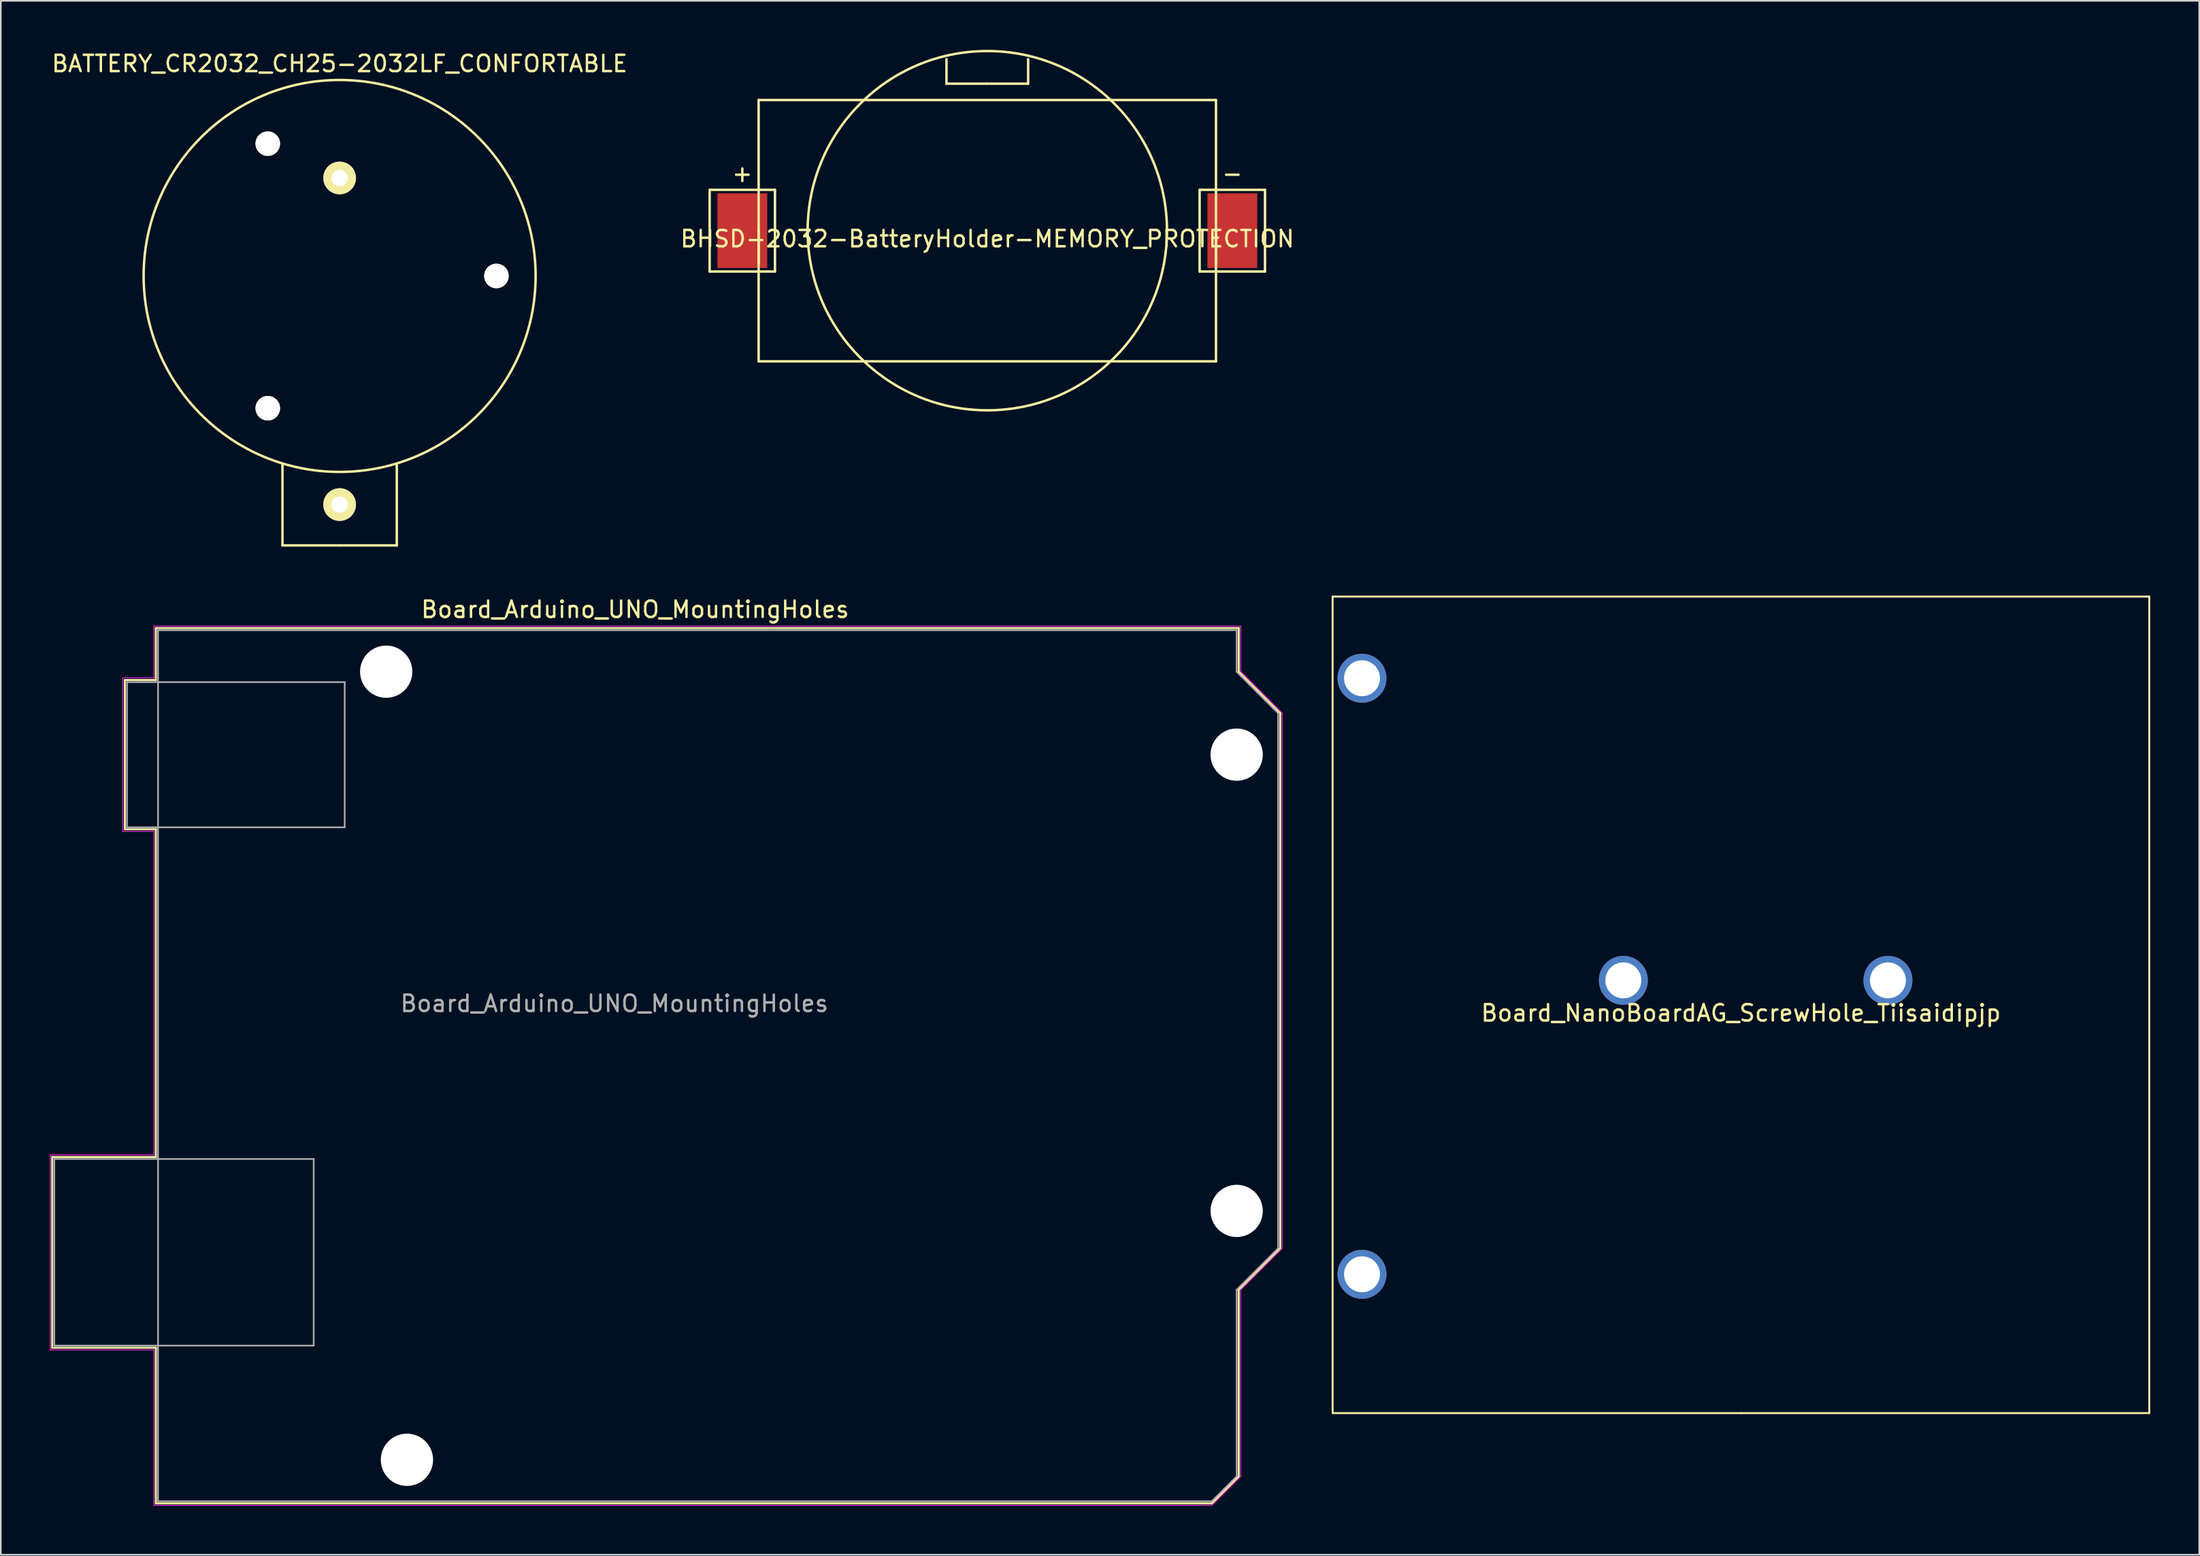
<source format=kicad_pcb>
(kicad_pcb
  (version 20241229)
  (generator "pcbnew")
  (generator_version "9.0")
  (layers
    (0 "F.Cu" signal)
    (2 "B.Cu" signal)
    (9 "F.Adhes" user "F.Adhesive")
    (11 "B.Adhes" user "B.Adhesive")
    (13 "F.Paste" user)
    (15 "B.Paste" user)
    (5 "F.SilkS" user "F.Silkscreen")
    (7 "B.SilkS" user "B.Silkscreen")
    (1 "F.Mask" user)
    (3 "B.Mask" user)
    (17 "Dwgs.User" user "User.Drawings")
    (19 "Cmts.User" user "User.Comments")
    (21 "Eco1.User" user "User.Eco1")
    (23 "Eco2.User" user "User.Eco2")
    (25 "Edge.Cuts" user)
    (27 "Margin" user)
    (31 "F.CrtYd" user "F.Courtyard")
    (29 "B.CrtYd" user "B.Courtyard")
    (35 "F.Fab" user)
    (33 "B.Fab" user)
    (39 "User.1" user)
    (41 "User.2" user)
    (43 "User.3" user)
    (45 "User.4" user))
  (footprint "BHSD-2032-BatteryHolder-MEMORY_PROTECTION"
    (layer "F.Cu")
    (at 57.399 11.075)
    (property "Reference" "BHSD-2032-BatteryHolder-MEMORY_PROTECTION" (at 0 0.5 0) (layer "F.SilkS") (effects (font (size 1 1) (thickness 0.15))))
    (attr through_hole)
    (fp_line (start -17 -2.5) (end -13 -2.5) (stroke (width 0.15) (type solid)) (layer "F.SilkS"))
    (fp_line (start -17 0) (end -17 -2.5) (stroke (width 0.15) (type solid)) (layer "F.SilkS"))
    (fp_line (start -17 2.5) (end -17 0) (stroke (width 0.15) (type solid)) (layer "F.SilkS"))
    (fp_line (start -14 -8) (end 14 -8) (stroke (width 0.15) (type solid)) (layer "F.SilkS"))
    (fp_line (start -14 0) (end -14 2) (stroke (width 0.15) (type solid)) (layer "F.SilkS"))
    (fp_line (start -14 8) (end -14 -8) (stroke (width 0.15) (type solid)) (layer "F.SilkS"))
    (fp_line (start -13 -2.5) (end -13 2.5) (stroke (width 0.15) (type solid)) (layer "F.SilkS"))
    (fp_line (start -13 2.5) (end -17 2.5) (stroke (width 0.15) (type solid)) (layer "F.SilkS"))
    (fp_line (start -2.5 -9) (end -2.5 -10.5) (stroke (width 0.15) (type solid)) (layer "F.SilkS"))
    (fp_line (start 0 -9) (end -2.5 -9) (stroke (width 0.15) (type solid)) (layer "F.SilkS"))
    (fp_line (start 0 -9) (end 2.5 -9) (stroke (width 0.15) (type solid)) (layer "F.SilkS"))
    (fp_line (start 2.5 -9) (end 2.5 -10.5) (stroke (width 0.15) (type solid)) (layer "F.SilkS"))
    (fp_line (start 13 -2.5) (end 17 -2.5) (stroke (width 0.15) (type solid)) (layer "F.SilkS"))
    (fp_line (start 13 2.5) (end 13 -2.5) (stroke (width 0.15) (type solid)) (layer "F.SilkS"))
    (fp_line (start 14 -8) (end 14 8) (stroke (width 0.15) (type solid)) (layer "F.SilkS"))
    (fp_line (start 14 0) (end 14 2) (stroke (width 0.15) (type solid)) (layer "F.SilkS"))
    (fp_line (start 14 8) (end -14 8) (stroke (width 0.15) (type solid)) (layer "F.SilkS"))
    (fp_line (start 17 -2.5) (end 17 0.5) (stroke (width 0.15) (type solid)) (layer "F.SilkS"))
    (fp_line (start 17 0) (end 17 2.5) (stroke (width 0.15) (type solid)) (layer "F.SilkS"))
    (fp_line (start 17 2.5) (end 13 2.5) (stroke (width 0.15) (type solid)) (layer "F.SilkS"))
    (fp_circle (center 0 0) (end 0 -11) (stroke (width 0.15) (type solid)) (fill no) (layer "F.SilkS"))
    (fp_text user "+" (at -15 -3.5 0) (layer "F.SilkS") (effects (font (size 1 1) (thickness 0.15))))
    (fp_text user "-" (at 15 -3.5 0) (layer "F.SilkS") (effects (font (size 1 1) (thickness 0.15))))
    (pad "1" smd rect (at -15 0) (size 3.05 4.57) (layers "F.Cu" "F.Mask" "F.Paste"))
    (pad "2" smd rect (at 15 0) (size 3.05 4.57) (layers "F.Cu" "F.Mask" "F.Paste")))
  (footprint "BATTERY_CR2032_CH25-2032LF_CONFORTABLE"
    (layer "F.Cu")
    (at 17.744 13.848)
    (property "Reference" "BATTERY_CR2032_CH25-2032LF_CONFORTABLE" (at 0 -13 0) (layer "F.SilkS") (effects (font (size 1 1) (thickness 0.15))))
    (attr through_hole)
    (fp_line (start -3.5 16.5) (end -3.5 11.5) (stroke (width 0.15) (type solid)) (layer "F.SilkS"))
    (fp_line (start 0 16.5) (end -3.5 16.5) (stroke (width 0.15) (type solid)) (layer "F.SilkS"))
    (fp_line (start 0 16.5) (end 3.5 16.5) (stroke (width 0.15) (type solid)) (layer "F.SilkS"))
    (fp_line (start 3.5 16.5) (end 3.5 11.5) (stroke (width 0.15) (type solid)) (layer "F.SilkS"))
    (fp_circle (center 0 0) (end 12 0) (stroke (width 0.15) (type solid)) (fill no) (layer "F.SilkS"))
    (pad "" np_thru_hole circle (at -4.4 -8.1) (size 1.5 1.5) (drill 1.5) (layers "*.Cu" "*.Mask" "F.SilkS"))
    (pad "" np_thru_hole circle (at -4.4 8.1) (size 1.5 1.5) (drill 1.5) (layers "*.Cu" "*.Mask" "F.SilkS"))
    (pad "" np_thru_hole circle (at 9.6 0) (size 1.5 1.5) (drill 1.5) (layers "*.Cu" "*.Mask" "F.SilkS"))
    (pad "1" thru_hole circle (at 0 14) (size 2 2) (drill 1) (layers "*.Cu" "*.Mask" "F.SilkS"))
    (pad "2" thru_hole circle (at 0 -6) (size 2 2) (drill 1) (layers "*.Cu" "*.Mask" "F.SilkS")))
  (footprint "Board_Arduino_UNO_MountingHoles"
    (layer "F.Cu")
    (at 34.565 38.081)
    (property "Reference" "Board_Arduino_UNO_MountingHoles" (at 1.27 -3.81 180) (layer "F.SilkS") (effects (font (size 1 1) (thickness 0.15))))
    (attr through_hole)
    (fp_line (start -34.42 29.72) (end -34.42 41.4) (stroke (width 0.12) (type solid)) (layer "F.SilkS"))
    (fp_line (start -34.42 41.4) (end -28.07 41.4) (stroke (width 0.12) (type solid)) (layer "F.SilkS"))
    (fp_line (start -29.97 0.51) (end -29.97 9.65) (stroke (width 0.12) (type solid)) (layer "F.SilkS"))
    (fp_line (start -29.97 9.65) (end -28.07 9.65) (stroke (width 0.12) (type solid)) (layer "F.SilkS"))
    (fp_line (start -28.07 -2.67) (end -28.07 0.51) (stroke (width 0.12) (type solid)) (layer "F.SilkS"))
    (fp_line (start -28.07 0.51) (end -29.97 0.51) (stroke (width 0.12) (type solid)) (layer "F.SilkS"))
    (fp_line (start -28.07 9.65) (end -28.07 29.72) (stroke (width 0.12) (type solid)) (layer "F.SilkS"))
    (fp_line (start -28.07 29.72) (end -34.42 29.72) (stroke (width 0.12) (type solid)) (layer "F.SilkS"))
    (fp_line (start -28.07 41.4) (end -28.07 50.93) (stroke (width 0.12) (type solid)) (layer "F.SilkS"))
    (fp_line (start -28.07 50.93) (end 36.58 50.93) (stroke (width 0.12) (type solid)) (layer "F.SilkS"))
    (fp_line (start 36.58 50.93) (end 38.23 49.28) (stroke (width 0.12) (type solid)) (layer "F.SilkS"))
    (fp_line (start 38.23 -2.67) (end -28.07 -2.67) (stroke (width 0.12) (type solid)) (layer "F.SilkS"))
    (fp_line (start 38.23 0) (end 38.23 -2.67) (stroke (width 0.12) (type solid)) (layer "F.SilkS"))
    (fp_line (start 38.23 37.85) (end 40.77 35.31) (stroke (width 0.12) (type solid)) (layer "F.SilkS"))
    (fp_line (start 38.23 49.28) (end 38.23 37.85) (stroke (width 0.12) (type solid)) (layer "F.SilkS"))
    (fp_line (start 40.77 2.54) (end 38.23 0) (stroke (width 0.12) (type solid)) (layer "F.SilkS"))
    (fp_line (start 40.77 35.31) (end 40.77 2.54) (stroke (width 0.12) (type solid)) (layer "F.SilkS"))
    (fp_line (start -34.54 29.59) (end -28.19 29.59) (stroke (width 0.05) (type solid)) (layer "F.CrtYd"))
    (fp_line (start -34.54 41.53) (end -34.54 29.59) (stroke (width 0.05) (type solid)) (layer "F.CrtYd"))
    (fp_line (start -30.1 0.38) (end -28.19 0.38) (stroke (width 0.05) (type solid)) (layer "F.CrtYd"))
    (fp_line (start -30.1 9.78) (end -30.1 0.38) (stroke (width 0.05) (type solid)) (layer "F.CrtYd"))
    (fp_line (start -28.19 -2.79) (end 38.35 -2.79) (stroke (width 0.05) (type solid)) (layer "F.CrtYd"))
    (fp_line (start -28.19 0.38) (end -28.19 -2.79) (stroke (width 0.05) (type solid)) (layer "F.CrtYd"))
    (fp_line (start -28.19 9.78) (end -30.1 9.78) (stroke (width 0.05) (type solid)) (layer "F.CrtYd"))
    (fp_line (start -28.19 29.59) (end -28.19 9.78) (stroke (width 0.05) (type solid)) (layer "F.CrtYd"))
    (fp_line (start -28.19 41.53) (end -34.54 41.53) (stroke (width 0.05) (type solid)) (layer "F.CrtYd"))
    (fp_line (start -28.19 51.05) (end -28.19 41.53) (stroke (width 0.05) (type solid)) (layer "F.CrtYd"))
    (fp_line (start 36.58 51.05) (end -28.19 51.05) (stroke (width 0.05) (type solid)) (layer "F.CrtYd"))
    (fp_line (start 38.35 -2.79) (end 38.35 0) (stroke (width 0.05) (type solid)) (layer "F.CrtYd"))
    (fp_line (start 38.35 0) (end 40.89 2.54) (stroke (width 0.05) (type solid)) (layer "F.CrtYd"))
    (fp_line (start 38.35 37.85) (end 38.35 49.28) (stroke (width 0.05) (type solid)) (layer "F.CrtYd"))
    (fp_line (start 38.35 49.28) (end 36.58 51.05) (stroke (width 0.05) (type solid)) (layer "F.CrtYd"))
    (fp_line (start 40.89 2.54) (end 40.89 35.31) (stroke (width 0.05) (type solid)) (layer "F.CrtYd"))
    (fp_line (start 40.89 35.31) (end 38.35 37.85) (stroke (width 0.05) (type solid)) (layer "F.CrtYd"))
    (fp_line (start -34.29 29.84) (end -18.41 29.84) (stroke (width 0.1) (type solid)) (layer "F.Fab"))
    (fp_line (start -34.29 41.27) (end -34.29 29.84) (stroke (width 0.1) (type solid)) (layer "F.Fab"))
    (fp_line (start -29.84 0.64) (end -16.51 0.64) (stroke (width 0.1) (type solid)) (layer "F.Fab"))
    (fp_line (start -29.84 9.53) (end -29.84 0.64) (stroke (width 0.1) (type solid)) (layer "F.Fab"))
    (fp_line (start -27.94 -2.54) (end 38.1 -2.54) (stroke (width 0.1) (type solid)) (layer "F.Fab"))
    (fp_line (start -27.94 50.8) (end -27.94 -2.54) (stroke (width 0.1) (type solid)) (layer "F.Fab"))
    (fp_line (start -18.41 29.84) (end -18.41 41.27) (stroke (width 0.1) (type solid)) (layer "F.Fab"))
    (fp_line (start -18.41 41.27) (end -34.29 41.27) (stroke (width 0.1) (type solid)) (layer "F.Fab"))
    (fp_line (start -16.51 0.64) (end -16.51 9.53) (stroke (width 0.1) (type solid)) (layer "F.Fab"))
    (fp_line (start -16.51 9.53) (end -29.84 9.53) (stroke (width 0.1) (type solid)) (layer "F.Fab"))
    (fp_line (start 36.58 50.8) (end -27.94 50.8) (stroke (width 0.1) (type solid)) (layer "F.Fab"))
    (fp_line (start 38.1 -2.54) (end 38.1 0) (stroke (width 0.1) (type solid)) (layer "F.Fab"))
    (fp_line (start 38.1 0) (end 40.64 2.54) (stroke (width 0.1) (type solid)) (layer "F.Fab"))
    (fp_line (start 38.1 37.85) (end 38.1 49.28) (stroke (width 0.1) (type solid)) (layer "F.Fab"))
    (fp_line (start 38.1 49.28) (end 36.58 50.8) (stroke (width 0.1) (type solid)) (layer "F.Fab"))
    (fp_line (start 40.64 2.54) (end 40.64 35.31) (stroke (width 0.1) (type solid)) (layer "F.Fab"))
    (fp_line (start 40.64 35.31) (end 38.1 37.85) (stroke (width 0.1) (type solid)) (layer "F.Fab"))
    (fp_text user "${REFERENCE}" (at 0 20.32 180) (layer "F.Fab") (effects (font (size 1 1) (thickness 0.15))))
    (pad "" np_thru_hole circle (at -13.97 0 90) (size 3.2 3.2) (drill 3.2) (layers "*.Cu" "*.Mask"))
    (pad "" np_thru_hole circle (at -12.7 48.26 90) (size 3.2 3.2) (drill 3.2) (layers "*.Cu" "*.Mask"))
    (pad "" np_thru_hole circle (at 38.1 5.08 90) (size 3.2 3.2) (drill 3.2) (layers "*.Cu" "*.Mask"))
    (pad "" np_thru_hole circle (at 38.1 33.02 90) (size 3.2 3.2) (drill 3.2) (layers "*.Cu" "*.Mask")))
  (footprint "Board_NanoBoardAG_ScrewHole_Tiisaidipjp"
    (layer "F.Cu")
    (at 103.54 58.483)
    (property "Reference" "Board_NanoBoardAG_ScrewHole_Tiisaidipjp" (at 0 0.5 0) (layer "F.SilkS") (effects (font (size 1 1) (thickness 0.15))))
    (attr through_hole)
    (fp_line (start -25 -25) (end 25 -25) (stroke (width 0.12) (type solid)) (layer "F.SilkS"))
    (fp_line (start -25 25) (end -25 -25) (stroke (width 0.12) (type solid)) (layer "F.SilkS"))
    (fp_line (start 0 25) (end -25 25) (stroke (width 0.12) (type solid)) (layer "F.SilkS"))
    (fp_line (start 25 -25) (end 25 25) (stroke (width 0.12) (type solid)) (layer "F.SilkS"))
    (fp_line (start 25 25) (end 0 25) (stroke (width 0.12) (type solid)) (layer "F.SilkS"))
    (pad "" thru_hole circle (at -23.2 -20) (size 3 3) (drill 2.2) (layers "*.Cu" "*.Mask"))
    (pad "" thru_hole circle (at -23.2 16.5) (size 3 3) (drill 2.2) (layers "*.Cu" "*.Mask"))
    (pad "" thru_hole circle (at -7.2 -1.5) (size 3 3) (drill 2.2) (layers "*.Cu" "*.Mask"))
    (pad "" thru_hole circle (at 9 -1.5) (size 3 3) (drill 2.2) (layers "*.Cu" "*.Mask")))
  (gr_rect
    (start -3 -3)
    (end 131.6 92.156)
    (stroke (width 0.1) (type default))
    (fill no)
    (layer "Edge.Cuts")))
</source>
